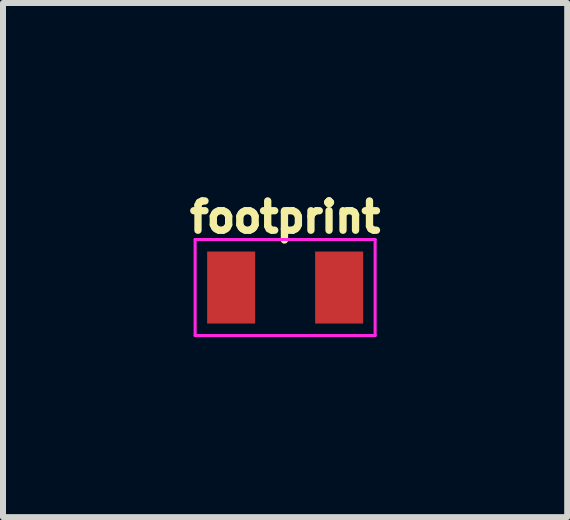
<source format=kicad_pcb>
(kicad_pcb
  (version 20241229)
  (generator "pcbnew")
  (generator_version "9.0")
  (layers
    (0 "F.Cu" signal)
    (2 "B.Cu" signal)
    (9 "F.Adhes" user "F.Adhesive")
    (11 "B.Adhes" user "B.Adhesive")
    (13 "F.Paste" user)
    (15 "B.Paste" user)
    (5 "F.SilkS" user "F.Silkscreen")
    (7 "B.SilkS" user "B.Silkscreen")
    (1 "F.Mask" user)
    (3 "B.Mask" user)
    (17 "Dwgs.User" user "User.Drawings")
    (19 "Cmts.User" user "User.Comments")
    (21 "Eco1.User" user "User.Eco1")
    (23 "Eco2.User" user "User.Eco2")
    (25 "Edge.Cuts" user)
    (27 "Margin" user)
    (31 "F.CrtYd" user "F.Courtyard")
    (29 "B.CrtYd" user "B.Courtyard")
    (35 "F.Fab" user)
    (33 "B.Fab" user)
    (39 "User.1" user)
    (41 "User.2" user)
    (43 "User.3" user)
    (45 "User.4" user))
  (footprint "footprint"
    (layer "F.Cu")
    (at 1.702 1.742)
    (property "Reference" "footprint" (at 0 -0.889 0) (layer "F.SilkS") (effects (font (size 0.488 0.488) (thickness 0.122)) (justify bottom)))
    (fp_line (start -1.5 -0.8) (end 1.5 -0.8) (stroke (width 0.051) (type solid)) (layer "F.CrtYd"))
    (fp_line (start -1.5 0.8) (end -1.5 -0.8) (stroke (width 0.051) (type solid)) (layer "F.CrtYd"))
    (fp_line (start 1.5 -0.8) (end 1.5 0.8) (stroke (width 0.051) (type solid)) (layer "F.CrtYd"))
    (fp_line (start 1.5 0.8) (end -1.5 0.8) (stroke (width 0.051) (type solid)) (layer "F.CrtYd"))
    (pad "1" smd rect (at -0.9 0) (size 0.8 1.2) (layers "F.Cu" "F.Mask" "F.Paste"))
    (pad "2" smd rect (at 0.9 0) (size 0.8 1.2) (layers "F.Cu" "F.Mask" "F.Paste")))
  (gr_rect
    (start -3 -3)
    (end 6.403 5.568)
    (stroke (width 0.1) (type default))
    (fill no)
    (layer "Edge.Cuts")))
</source>
